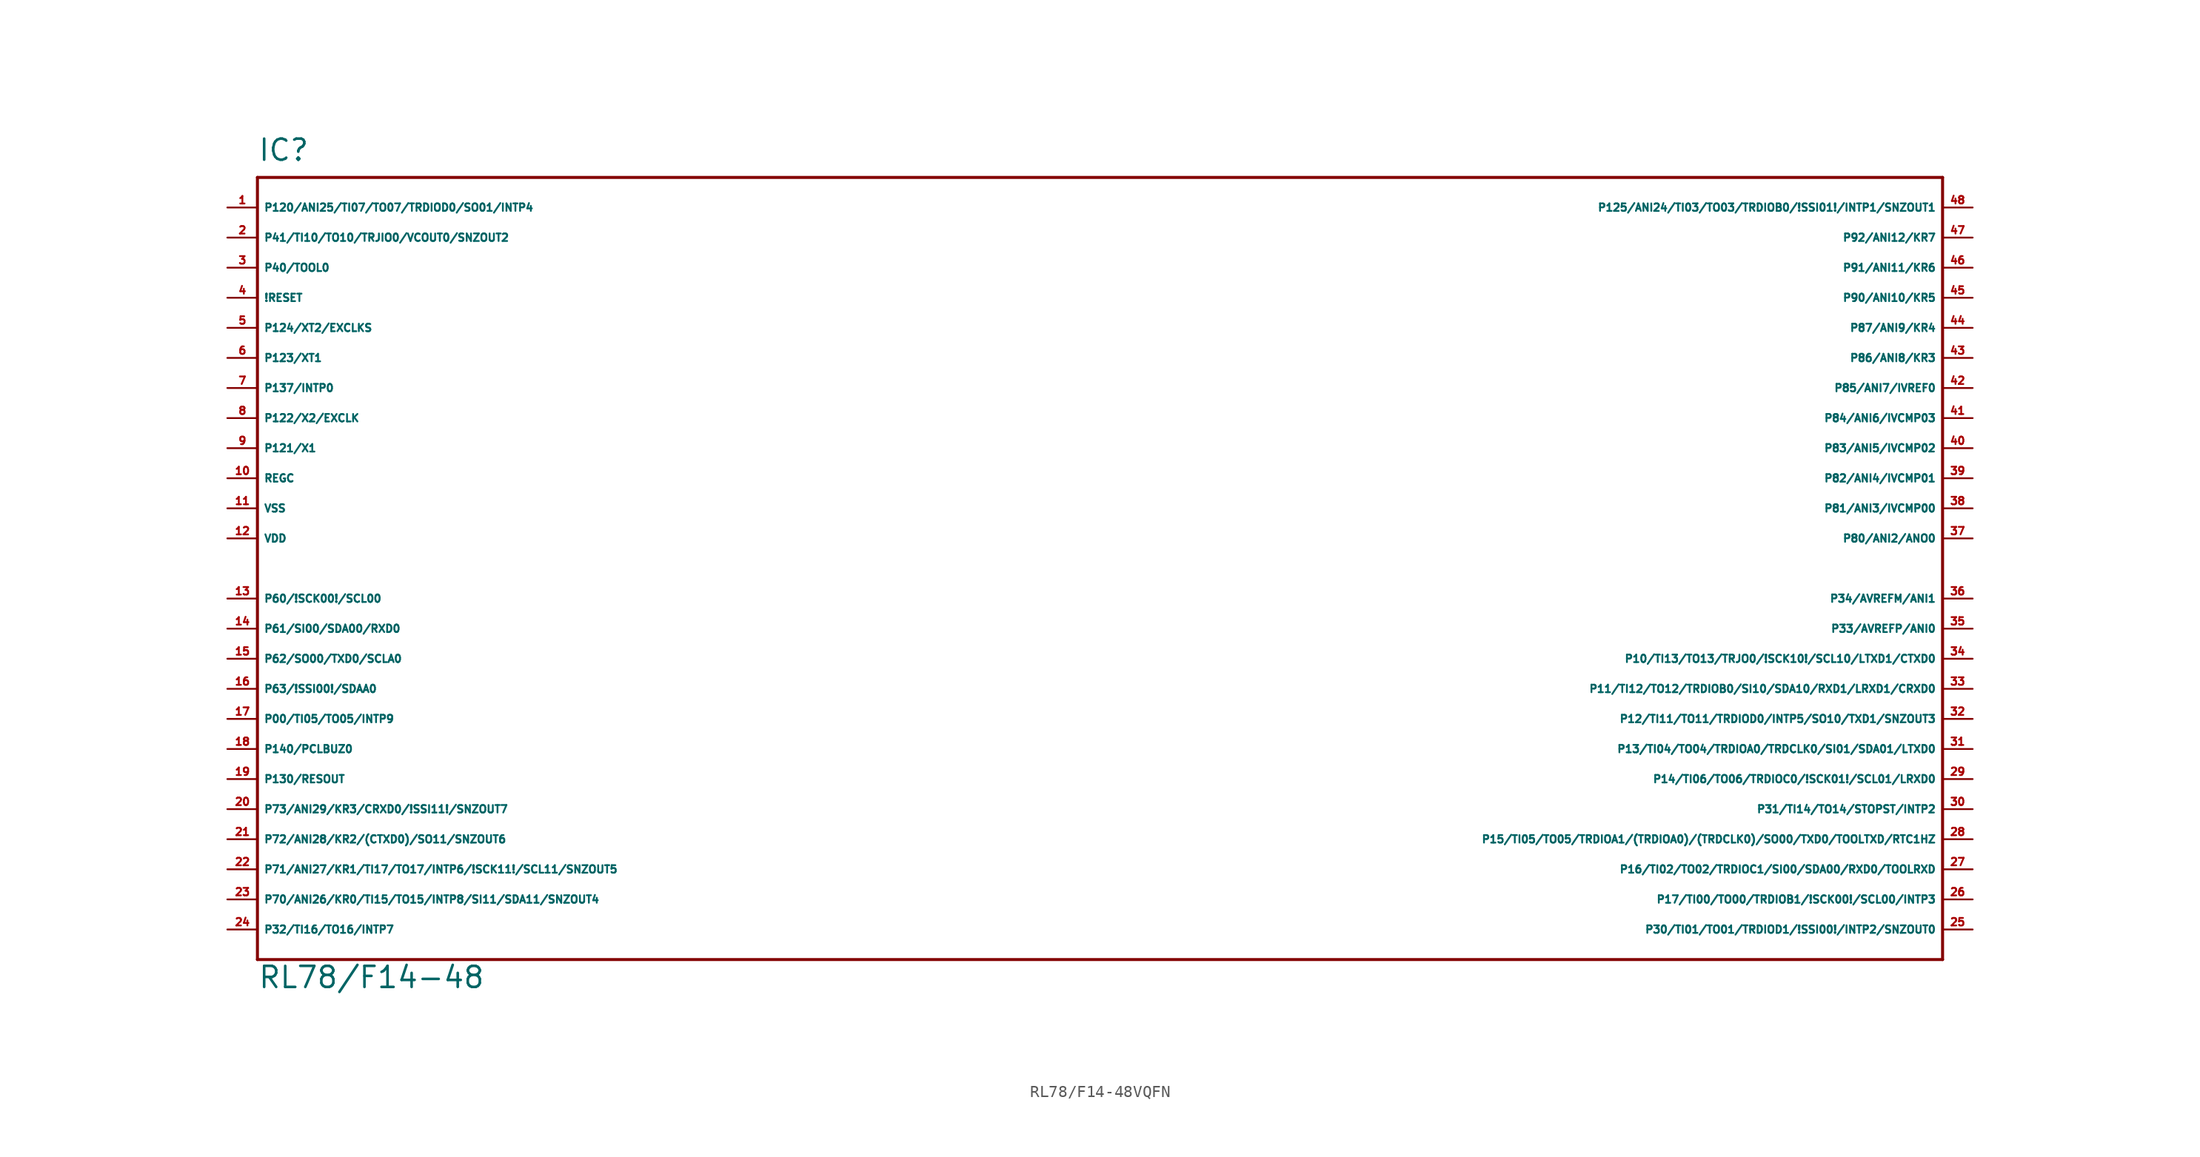
<source format=kicad_sym>
(kicad_symbol_lib
  (version 20220914)
  (generator Eagle2Kicad)
  (symbol "RL78/F14-48VQFN"
    (property "Reference" "IC"
      (at -73.66 34.29 0)
      (effects (font (size 1.778 1.778) (thickness 0.22)) (justify left bottom)))
    (property "Value" "RL78/F14-48"
      (at -73.66 -35.56 0)
      (effects (font (size 1.778 1.778) (thickness 0.22)) (justify left bottom)))
    (polyline
      (pts (xy 68.58 33.02) (xy -73.66 33.02))
      (stroke (width 0.254) (type default))
      (fill (type none)))
    (polyline
      (pts (xy -73.66 33.02) (xy -73.66 -33.02))
      (stroke (width 0.254) (type default))
      (fill (type none)))
    (polyline
      (pts (xy -73.66 -33.02) (xy 68.58 -33.02))
      (stroke (width 0.254) (type default))
      (fill (type none)))
    (polyline
      (pts (xy 68.58 -33.02) (xy 68.58 33.02))
      (stroke (width 0.254) (type default))
      (fill (type none)))
    (pin bidirectional line
      (at -76.2 27.94 0)
      (length 2.54)
      (name "P41/TI10/TO10/TRJIO0/VCOUT0/SNZOUT2" (effects (font (size 0.635 0.635) (thickness 0.08)) (justify left bottom)))
      (number "2" (effects (font (size 0.635 0.635) (thickness 0.08)) (justify left bottom))))
    (pin bidirectional line
      (at -76.2 25.4 0)
      (length 2.54)
      (name "P40/TOOL0" (effects (font (size 0.635 0.635) (thickness 0.08)) (justify left bottom)))
      (number "3" (effects (font (size 0.635 0.635) (thickness 0.08)) (justify left bottom))))
    (pin input line
      (at -76.2 22.86 0)
      (length 2.54)
      (name "!RESET" (effects (font (size 0.635 0.635) (thickness 0.08)) (justify left bottom)))
      (number "4" (effects (font (size 0.635 0.635) (thickness 0.08)) (justify left bottom))))
    (pin input line
      (at -76.2 20.32 0)
      (length 2.54)
      (name "P124/XT2/EXCLKS" (effects (font (size 0.635 0.635) (thickness 0.08)) (justify left bottom)))
      (number "5" (effects (font (size 0.635 0.635) (thickness 0.08)) (justify left bottom))))
    (pin input line
      (at -76.2 17.78 0)
      (length 2.54)
      (name "P123/XT1" (effects (font (size 0.635 0.635) (thickness 0.08)) (justify left bottom)))
      (number "6" (effects (font (size 0.635 0.635) (thickness 0.08)) (justify left bottom))))
    (pin input line
      (at -76.2 15.24 0)
      (length 2.54)
      (name "P137/INTP0" (effects (font (size 0.635 0.635) (thickness 0.08)) (justify left bottom)))
      (number "7" (effects (font (size 0.635 0.635) (thickness 0.08)) (justify left bottom))))
    (pin input line
      (at -76.2 12.7 0)
      (length 2.54)
      (name "P122/X2/EXCLK" (effects (font (size 0.635 0.635) (thickness 0.08)) (justify left bottom)))
      (number "8" (effects (font (size 0.635 0.635) (thickness 0.08)) (justify left bottom))))
    (pin input line
      (at -76.2 10.16 0)
      (length 2.54)
      (name "P121/X1" (effects (font (size 0.635 0.635) (thickness 0.08)) (justify left bottom)))
      (number "9" (effects (font (size 0.635 0.635) (thickness 0.08)) (justify left bottom))))
    (pin passive line
      (at -76.2 7.62 0)
      (length 2.54)
      (name "REGC" (effects (font (size 0.635 0.635) (thickness 0.08)) (justify left bottom)))
      (number "10" (effects (font (size 0.635 0.635) (thickness 0.08)) (justify left bottom))))
    (pin unspecified line
      (at -76.2 5.08 0)
      (length 2.54)
      (name "VSS" (effects (font (size 0.635 0.635) (thickness 0.08)) (justify left bottom)))
      (number "11" (effects (font (size 0.635 0.635) (thickness 0.08)) (justify left bottom))))
    (pin unspecified line
      (at -76.2 2.54 0)
      (length 2.54)
      (name "VDD" (effects (font (size 0.635 0.635) (thickness 0.08)) (justify left bottom)))
      (number "12" (effects (font (size 0.635 0.635) (thickness 0.08)) (justify left bottom))))
    (pin bidirectional line
      (at -76.2 -2.54 0)
      (length 2.54)
      (name "P60/!SCK00!/SCL00" (effects (font (size 0.635 0.635) (thickness 0.08)) (justify left bottom)))
      (number "13" (effects (font (size 0.635 0.635) (thickness 0.08)) (justify left bottom))))
    (pin bidirectional line
      (at -76.2 -5.08 0)
      (length 2.54)
      (name "P61/SI00/SDA00/RXD0" (effects (font (size 0.635 0.635) (thickness 0.08)) (justify left bottom)))
      (number "14" (effects (font (size 0.635 0.635) (thickness 0.08)) (justify left bottom))))
    (pin bidirectional line
      (at -76.2 -7.62 0)
      (length 2.54)
      (name "P62/SO00/TXD0/SCLA0" (effects (font (size 0.635 0.635) (thickness 0.08)) (justify left bottom)))
      (number "15" (effects (font (size 0.635 0.635) (thickness 0.08)) (justify left bottom))))
    (pin bidirectional line
      (at -76.2 -10.16 0)
      (length 2.54)
      (name "P63/!SSI00!/SDAA0" (effects (font (size 0.635 0.635) (thickness 0.08)) (justify left bottom)))
      (number "16" (effects (font (size 0.635 0.635) (thickness 0.08)) (justify left bottom))))
    (pin bidirectional line
      (at -76.2 -12.7 0)
      (length 2.54)
      (name "P00/TI05/TO05/INTP9" (effects (font (size 0.635 0.635) (thickness 0.08)) (justify left bottom)))
      (number "17" (effects (font (size 0.635 0.635) (thickness 0.08)) (justify left bottom))))
    (pin bidirectional line
      (at -76.2 -15.24 0)
      (length 2.54)
      (name "P140/PCLBUZ0" (effects (font (size 0.635 0.635) (thickness 0.08)) (justify left bottom)))
      (number "18" (effects (font (size 0.635 0.635) (thickness 0.08)) (justify left bottom))))
    (pin bidirectional line
      (at -76.2 -17.78 0)
      (length 2.54)
      (name "P130/RESOUT" (effects (font (size 0.635 0.635) (thickness 0.08)) (justify left bottom)))
      (number "19" (effects (font (size 0.635 0.635) (thickness 0.08)) (justify left bottom))))
    (pin bidirectional line
      (at -76.2 -20.32 0)
      (length 2.54)
      (name "P73/ANI29/KR3/CRXD0/!SSI11!/SNZOUT7" (effects (font (size 0.635 0.635) (thickness 0.08)) (justify left bottom)))
      (number "20" (effects (font (size 0.635 0.635) (thickness 0.08)) (justify left bottom))))
    (pin bidirectional line
      (at -76.2 -22.86 0)
      (length 2.54)
      (name "P72/ANI28/KR2/(CTXD0)/SO11/SNZOUT6" (effects (font (size 0.635 0.635) (thickness 0.08)) (justify left bottom)))
      (number "21" (effects (font (size 0.635 0.635) (thickness 0.08)) (justify left bottom))))
    (pin bidirectional line
      (at -76.2 -25.4 0)
      (length 2.54)
      (name "P71/ANI27/KR1/TI17/TO17/INTP6/!SCK11!/SCL11/SNZOUT5" (effects (font (size 0.635 0.635) (thickness 0.08)) (justify left bottom)))
      (number "22" (effects (font (size 0.635 0.635) (thickness 0.08)) (justify left bottom))))
    (pin bidirectional line
      (at -76.2 -27.94 0)
      (length 2.54)
      (name "P70/ANI26/KR0/TI15/TO15/INTP8/SI11/SDA11/SNZOUT4" (effects (font (size 0.635 0.635) (thickness 0.08)) (justify left bottom)))
      (number "23" (effects (font (size 0.635 0.635) (thickness 0.08)) (justify left bottom))))
    (pin bidirectional line
      (at -76.2 -30.48 0)
      (length 2.54)
      (name "P32/TI16/TO16/INTP7" (effects (font (size 0.635 0.635) (thickness 0.08)) (justify left bottom)))
      (number "24" (effects (font (size 0.635 0.635) (thickness 0.08)) (justify left bottom))))
    (pin bidirectional line
      (at 71.12 -30.48 180)
      (length 2.54)
      (name "P30/TI01/TO01/TRDIOD1/!SSI00!/INTP2/SNZOUT0" (effects (font (size 0.635 0.635) (thickness 0.08)) (justify left bottom)))
      (number "25" (effects (font (size 0.635 0.635) (thickness 0.08)) (justify left bottom))))
    (pin bidirectional line
      (at 71.12 -27.94 180)
      (length 2.54)
      (name "P17/TI00/TO00/TRDIOB1/!SCK00!/SCL00/INTP3" (effects (font (size 0.635 0.635) (thickness 0.08)) (justify left bottom)))
      (number "26" (effects (font (size 0.635 0.635) (thickness 0.08)) (justify left bottom))))
    (pin bidirectional line
      (at 71.12 -25.4 180)
      (length 2.54)
      (name "P16/TI02/TO02/TRDIOC1/SI00/SDA00/RXD0/TOOLRXD" (effects (font (size 0.635 0.635) (thickness 0.08)) (justify left bottom)))
      (number "27" (effects (font (size 0.635 0.635) (thickness 0.08)) (justify left bottom))))
    (pin bidirectional line
      (at 71.12 -22.86 180)
      (length 2.54)
      (name "P15/TI05/TO05/TRDIOA1/(TRDIOA0)/(TRDCLK0)/SO00/TXD0/TOOLTXD/RTC1HZ" (effects (font (size 0.635 0.635) (thickness 0.08)) (justify left bottom)))
      (number "28" (effects (font (size 0.635 0.635) (thickness 0.08)) (justify left bottom))))
    (pin bidirectional line
      (at 71.12 -17.78 180)
      (length 2.54)
      (name "P14/TI06/TO06/TRDIOC0/!SCK01!/SCL01/LRXD0" (effects (font (size 0.635 0.635) (thickness 0.08)) (justify left bottom)))
      (number "29" (effects (font (size 0.635 0.635) (thickness 0.08)) (justify left bottom))))
    (pin bidirectional line
      (at 71.12 -15.24 180)
      (length 2.54)
      (name "P13/TI04/TO04/TRDIOA0/TRDCLK0/SI01/SDA01/LTXD0" (effects (font (size 0.635 0.635) (thickness 0.08)) (justify left bottom)))
      (number "31" (effects (font (size 0.635 0.635) (thickness 0.08)) (justify left bottom))))
    (pin bidirectional line
      (at 71.12 -12.7 180)
      (length 2.54)
      (name "P12/TI11/TO11/TRDIOD0/INTP5/SO10/TXD1/SNZOUT3" (effects (font (size 0.635 0.635) (thickness 0.08)) (justify left bottom)))
      (number "32" (effects (font (size 0.635 0.635) (thickness 0.08)) (justify left bottom))))
    (pin bidirectional line
      (at 71.12 -10.16 180)
      (length 2.54)
      (name "P11/TI12/TO12/TRDIOB0/SI10/SDA10/RXD1/LRXD1/CRXD0" (effects (font (size 0.635 0.635) (thickness 0.08)) (justify left bottom)))
      (number "33" (effects (font (size 0.635 0.635) (thickness 0.08)) (justify left bottom))))
    (pin bidirectional line
      (at 71.12 -7.62 180)
      (length 2.54)
      (name "P10/TI13/TO13/TRJO0/!SCK10!/SCL10/LTXD1/CTXD0" (effects (font (size 0.635 0.635) (thickness 0.08)) (justify left bottom)))
      (number "34" (effects (font (size 0.635 0.635) (thickness 0.08)) (justify left bottom))))
    (pin bidirectional line
      (at 71.12 -5.08 180)
      (length 2.54)
      (name "P33/AVREFP/ANI0" (effects (font (size 0.635 0.635) (thickness 0.08)) (justify left bottom)))
      (number "35" (effects (font (size 0.635 0.635) (thickness 0.08)) (justify left bottom))))
    (pin bidirectional line
      (at 71.12 -2.54 180)
      (length 2.54)
      (name "P34/AVREFM/ANI1" (effects (font (size 0.635 0.635) (thickness 0.08)) (justify left bottom)))
      (number "36" (effects (font (size 0.635 0.635) (thickness 0.08)) (justify left bottom))))
    (pin bidirectional line
      (at 71.12 2.54 180)
      (length 2.54)
      (name "P80/ANI2/ANO0" (effects (font (size 0.635 0.635) (thickness 0.08)) (justify left bottom)))
      (number "37" (effects (font (size 0.635 0.635) (thickness 0.08)) (justify left bottom))))
    (pin bidirectional line
      (at 71.12 5.08 180)
      (length 2.54)
      (name "P81/ANI3/IVCMP00" (effects (font (size 0.635 0.635) (thickness 0.08)) (justify left bottom)))
      (number "38" (effects (font (size 0.635 0.635) (thickness 0.08)) (justify left bottom))))
    (pin bidirectional line
      (at 71.12 7.62 180)
      (length 2.54)
      (name "P82/ANI4/IVCMP01" (effects (font (size 0.635 0.635) (thickness 0.08)) (justify left bottom)))
      (number "39" (effects (font (size 0.635 0.635) (thickness 0.08)) (justify left bottom))))
    (pin bidirectional line
      (at 71.12 10.16 180)
      (length 2.54)
      (name "P83/ANI5/IVCMP02" (effects (font (size 0.635 0.635) (thickness 0.08)) (justify left bottom)))
      (number "40" (effects (font (size 0.635 0.635) (thickness 0.08)) (justify left bottom))))
    (pin bidirectional line
      (at 71.12 12.7 180)
      (length 2.54)
      (name "P84/ANI6/IVCMP03" (effects (font (size 0.635 0.635) (thickness 0.08)) (justify left bottom)))
      (number "41" (effects (font (size 0.635 0.635) (thickness 0.08)) (justify left bottom))))
    (pin bidirectional line
      (at 71.12 15.24 180)
      (length 2.54)
      (name "P85/ANI7/IVREF0" (effects (font (size 0.635 0.635) (thickness 0.08)) (justify left bottom)))
      (number "42" (effects (font (size 0.635 0.635) (thickness 0.08)) (justify left bottom))))
    (pin bidirectional line
      (at 71.12 17.78 180)
      (length 2.54)
      (name "P86/ANI8/KR3" (effects (font (size 0.635 0.635) (thickness 0.08)) (justify left bottom)))
      (number "43" (effects (font (size 0.635 0.635) (thickness 0.08)) (justify left bottom))))
    (pin bidirectional line
      (at 71.12 20.32 180)
      (length 2.54)
      (name "P87/ANI9/KR4" (effects (font (size 0.635 0.635) (thickness 0.08)) (justify left bottom)))
      (number "44" (effects (font (size 0.635 0.635) (thickness 0.08)) (justify left bottom))))
    (pin bidirectional line
      (at 71.12 22.86 180)
      (length 2.54)
      (name "P90/ANI10/KR5" (effects (font (size 0.635 0.635) (thickness 0.08)) (justify left bottom)))
      (number "45" (effects (font (size 0.635 0.635) (thickness 0.08)) (justify left bottom))))
    (pin bidirectional line
      (at 71.12 25.4 180)
      (length 2.54)
      (name "P91/ANI11/KR6" (effects (font (size 0.635 0.635) (thickness 0.08)) (justify left bottom)))
      (number "46" (effects (font (size 0.635 0.635) (thickness 0.08)) (justify left bottom))))
    (pin bidirectional line
      (at 71.12 27.94 180)
      (length 2.54)
      (name "P92/ANI12/KR7" (effects (font (size 0.635 0.635) (thickness 0.08)) (justify left bottom)))
      (number "47" (effects (font (size 0.635 0.635) (thickness 0.08)) (justify left bottom))))
    (pin bidirectional line
      (at 71.12 30.48 180)
      (length 2.54)
      (name "P125/ANI24/TI03/TO03/TRDIOB0/!SSI01!/INTP1/SNZOUT1" (effects (font (size 0.635 0.635) (thickness 0.08)) (justify left bottom)))
      (number "48" (effects (font (size 0.635 0.635) (thickness 0.08)) (justify left bottom))))
    (pin bidirectional line
      (at -76.2 30.48 0)
      (length 2.54)
      (name "P120/ANI25/TI07/TO07/TRDIOD0/SO01/INTP4" (effects (font (size 0.635 0.635) (thickness 0.08)) (justify left bottom)))
      (number "1" (effects (font (size 0.635 0.635) (thickness 0.08)) (justify left bottom))))
    (pin bidirectional line
      (at 71.12 -20.32 180)
      (length 2.54)
      (name "P31/TI14/TO14/STOPST/INTP2" (effects (font (size 0.635 0.635) (thickness 0.08)) (justify left bottom)))
      (number "30" (effects (font (size 0.635 0.635) (thickness 0.08)) (justify left bottom))))))
</source>
